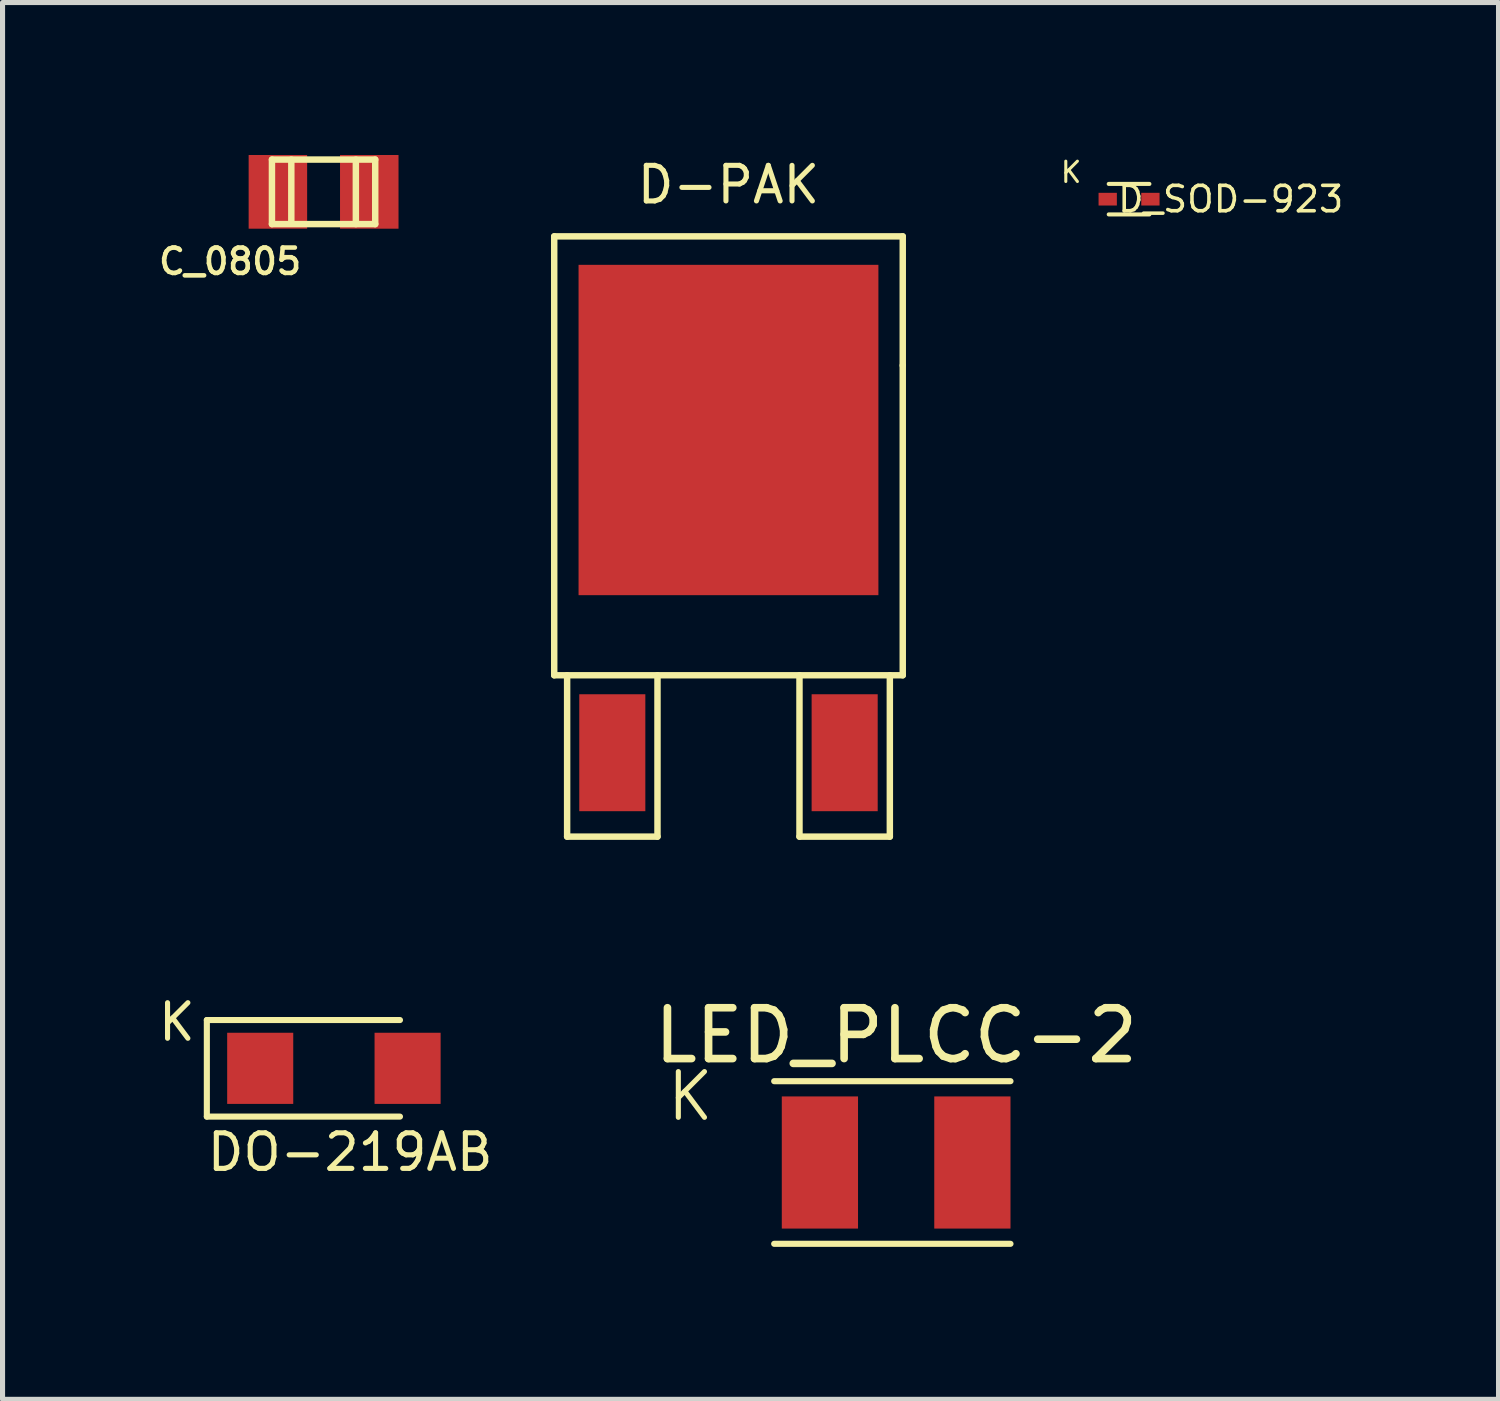
<source format=kicad_pcb>
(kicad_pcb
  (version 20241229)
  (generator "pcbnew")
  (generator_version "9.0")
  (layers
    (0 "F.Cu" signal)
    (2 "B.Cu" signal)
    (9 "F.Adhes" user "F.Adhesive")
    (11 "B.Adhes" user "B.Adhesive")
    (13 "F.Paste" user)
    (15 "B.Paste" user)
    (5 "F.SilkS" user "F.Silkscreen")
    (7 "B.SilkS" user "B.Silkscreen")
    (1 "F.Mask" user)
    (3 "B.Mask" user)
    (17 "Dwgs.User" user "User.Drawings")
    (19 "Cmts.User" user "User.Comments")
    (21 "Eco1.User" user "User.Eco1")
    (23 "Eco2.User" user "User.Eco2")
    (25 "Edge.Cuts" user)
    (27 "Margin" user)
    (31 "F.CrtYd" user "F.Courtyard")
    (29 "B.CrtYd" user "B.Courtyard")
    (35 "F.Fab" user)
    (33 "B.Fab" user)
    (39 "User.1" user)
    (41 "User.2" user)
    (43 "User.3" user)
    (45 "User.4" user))
  (footprint "DO-219AB"
    (layer "F.Cu")
    (at 3.52 17.971)
    (property "Reference" "DO-219AB" (at 0.32 1.65 0) (layer "F.SilkS") (effects (font (size 0.7 0.7) (thickness 0.1))))
    (attr smd)
    (fp_line (start -2.5 -0.95) (end -2.5 0.95) (stroke (width 0.12) (type solid)) (layer "F.SilkS"))
    (fp_line (start -2.5 -0.95) (end 1.3 -0.95) (stroke (width 0.12) (type solid)) (layer "F.SilkS"))
    (fp_line (start -2.5 0.95) (end 1.3 0.95) (stroke (width 0.12) (type solid)) (layer "F.SilkS"))
    (fp_text user "K" (at -3.09 -0.91 0) (layer "F.SilkS") (effects (font (size 0.7 0.7) (thickness 0.1))))
    (pad "1" smd rect (at -1.45 0) (size 1.3 1.4) (layers "F.Cu" "F.Mask" "F.Paste"))
    (pad "2" smd rect (at 1.45 0) (size 1.3 1.4) (layers "F.Cu" "F.Mask" "F.Paste")))
  (footprint "LED_PLCC-2"
    (layer "F.Cu")
    (at 14.583 19.824)
    (property "Reference" "LED_PLCC-2" (at 0 -2.5 0) (layer "F.SilkS") (effects (font (size 1 1) (thickness 0.15))))
    (attr smd)
    (fp_line (start 2.25 -1.6) (end -2.4 -1.6) (stroke (width 0.12) (type solid)) (layer "F.SilkS"))
    (fp_line (start 2.25 1.6) (end -2.4 1.6) (stroke (width 0.12) (type solid)) (layer "F.SilkS"))
    (fp_text user "K" (at -4.05 -1.3 0) (layer "F.SilkS") (effects (font (size 0.9 0.9) (thickness 0.1))))
    (pad "1" smd rect (at -1.5 0) (size 1.5 2.6) (layers "F.Cu" "F.Mask" "F.Paste"))
    (pad "2" smd rect (at 1.5 0) (size 1.5 2.6) (layers "F.Cu" "F.Mask" "F.Paste")))
  (footprint "D-PAK"
    (layer "F.Cu")
    (at 11.284 5.411)
    (property "Reference" "D-PAK" (at 0 -4.826 0) (layer "F.SilkS") (effects (font (size 0.7 0.7) (thickness 0.1))))
    (attr smd)
    (fp_line (start -3.429 -3.81) (end 3.429 -3.81) (stroke (width 0.127) (type solid)) (layer "F.SilkS"))
    (fp_line (start -3.429 4.826) (end -3.429 -3.81) (stroke (width 0.127) (type solid)) (layer "F.SilkS"))
    (fp_line (start -3.175 4.826) (end -3.175 8.001) (stroke (width 0.127) (type solid)) (layer "F.SilkS"))
    (fp_line (start -3.175 8.001) (end -1.397 8.001) (stroke (width 0.127) (type solid)) (layer "F.SilkS"))
    (fp_line (start -1.397 8.001) (end -1.397 4.826) (stroke (width 0.127) (type solid)) (layer "F.SilkS"))
    (fp_line (start 1.397 4.826) (end 1.397 8.001) (stroke (width 0.127) (type solid)) (layer "F.SilkS"))
    (fp_line (start 1.397 8.001) (end 3.175 8.001) (stroke (width 0.127) (type solid)) (layer "F.SilkS"))
    (fp_line (start 3.175 8.001) (end 3.175 4.826) (stroke (width 0.127) (type solid)) (layer "F.SilkS"))
    (fp_line (start 3.429 -3.81) (end 3.429 -1.27) (stroke (width 0.127) (type solid)) (layer "F.SilkS"))
    (fp_line (start 3.429 -1.27) (end 3.429 4.826) (stroke (width 0.127) (type solid)) (layer "F.SilkS"))
    (fp_line (start 3.429 4.826) (end -3.429 4.826) (stroke (width 0.127) (type solid)) (layer "F.SilkS"))
    (pad "D" smd rect (at 0 0) (size 5.9 6.5) (layers "F.Cu" "F.Mask" "F.Paste"))
    (pad "G" smd rect (at -2.286 6.35) (size 1.3 2.301) (layers "F.Cu" "F.Mask" "F.Paste"))
    (pad "S" smd rect (at 2.286 6.35) (size 1.3 2.301) (layers "F.Cu" "F.Mask" "F.Paste")))
  (footprint "D_SOD-923"
    (layer "F.Cu")
    (at 19.166 0.869)
    (property "Reference" "D_SOD-923" (at 2 0 0) (layer "F.SilkS") (effects (font (size 0.5 0.5) (thickness 0.07))))
    (attr smd)
    (fp_line (start 0.4 -0.3) (end -0.4 -0.3) (stroke (width 0.08) (type solid)) (layer "F.SilkS"))
    (fp_line (start 0.4 0.3) (end -0.4 0.3) (stroke (width 0.08) (type solid)) (layer "F.SilkS"))
    (fp_text user "K" (at -1.14 -0.53 0) (layer "F.SilkS") (effects (font (size 0.4 0.4) (thickness 0.06))))
    (pad "1" smd rect (at -0.42 0 180) (size 0.36 0.25) (layers "F.Cu" "F.Mask" "F.Paste"))
    (pad "2" smd rect (at 0.42 0 180) (size 0.36 0.25) (layers "F.Cu" "F.Mask" "F.Paste")))
  (footprint "C_0805"
    (layer "F.Cu")
    (at 3.317 0.725)
    (property "Reference" "C_0805" (at -1.839 1.369 0) (layer "F.SilkS") (effects (font (size 0.5 0.5) (thickness 0.09))))
    (attr through_hole)
    (fp_line (start -1.016 -0.635) (end 1.016 -0.635) (stroke (width 0.127) (type solid)) (layer "F.SilkS"))
    (fp_line (start -1.016 0.635) (end -1.016 -0.635) (stroke (width 0.127) (type solid)) (layer "F.SilkS"))
    (fp_line (start -0.635 -0.635) (end -0.635 0.61) (stroke (width 0.127) (type solid)) (layer "F.SilkS"))
    (fp_line (start 0.635 -0.635) (end 0.635 0.635) (stroke (width 0.127) (type solid)) (layer "F.SilkS"))
    (fp_line (start 1.016 -0.635) (end 1.016 0.635) (stroke (width 0.127) (type solid)) (layer "F.SilkS"))
    (fp_line (start 1.016 0.635) (end -1.016 0.635) (stroke (width 0.127) (type solid)) (layer "F.SilkS"))
    (pad "1" smd rect (at 0.899 0) (size 1.151 1.45) (layers "F.Cu" "F.Mask" "F.Paste"))
    (pad "2" smd rect (at -0.899 0) (size 1.151 1.45) (layers "F.Cu" "F.Mask" "F.Paste")))
  (gr_rect
    (start -3 -3)
    (end 26.436 24.484)
    (stroke (width 0.1) (type default))
    (fill no)
    (layer "Edge.Cuts")))
</source>
